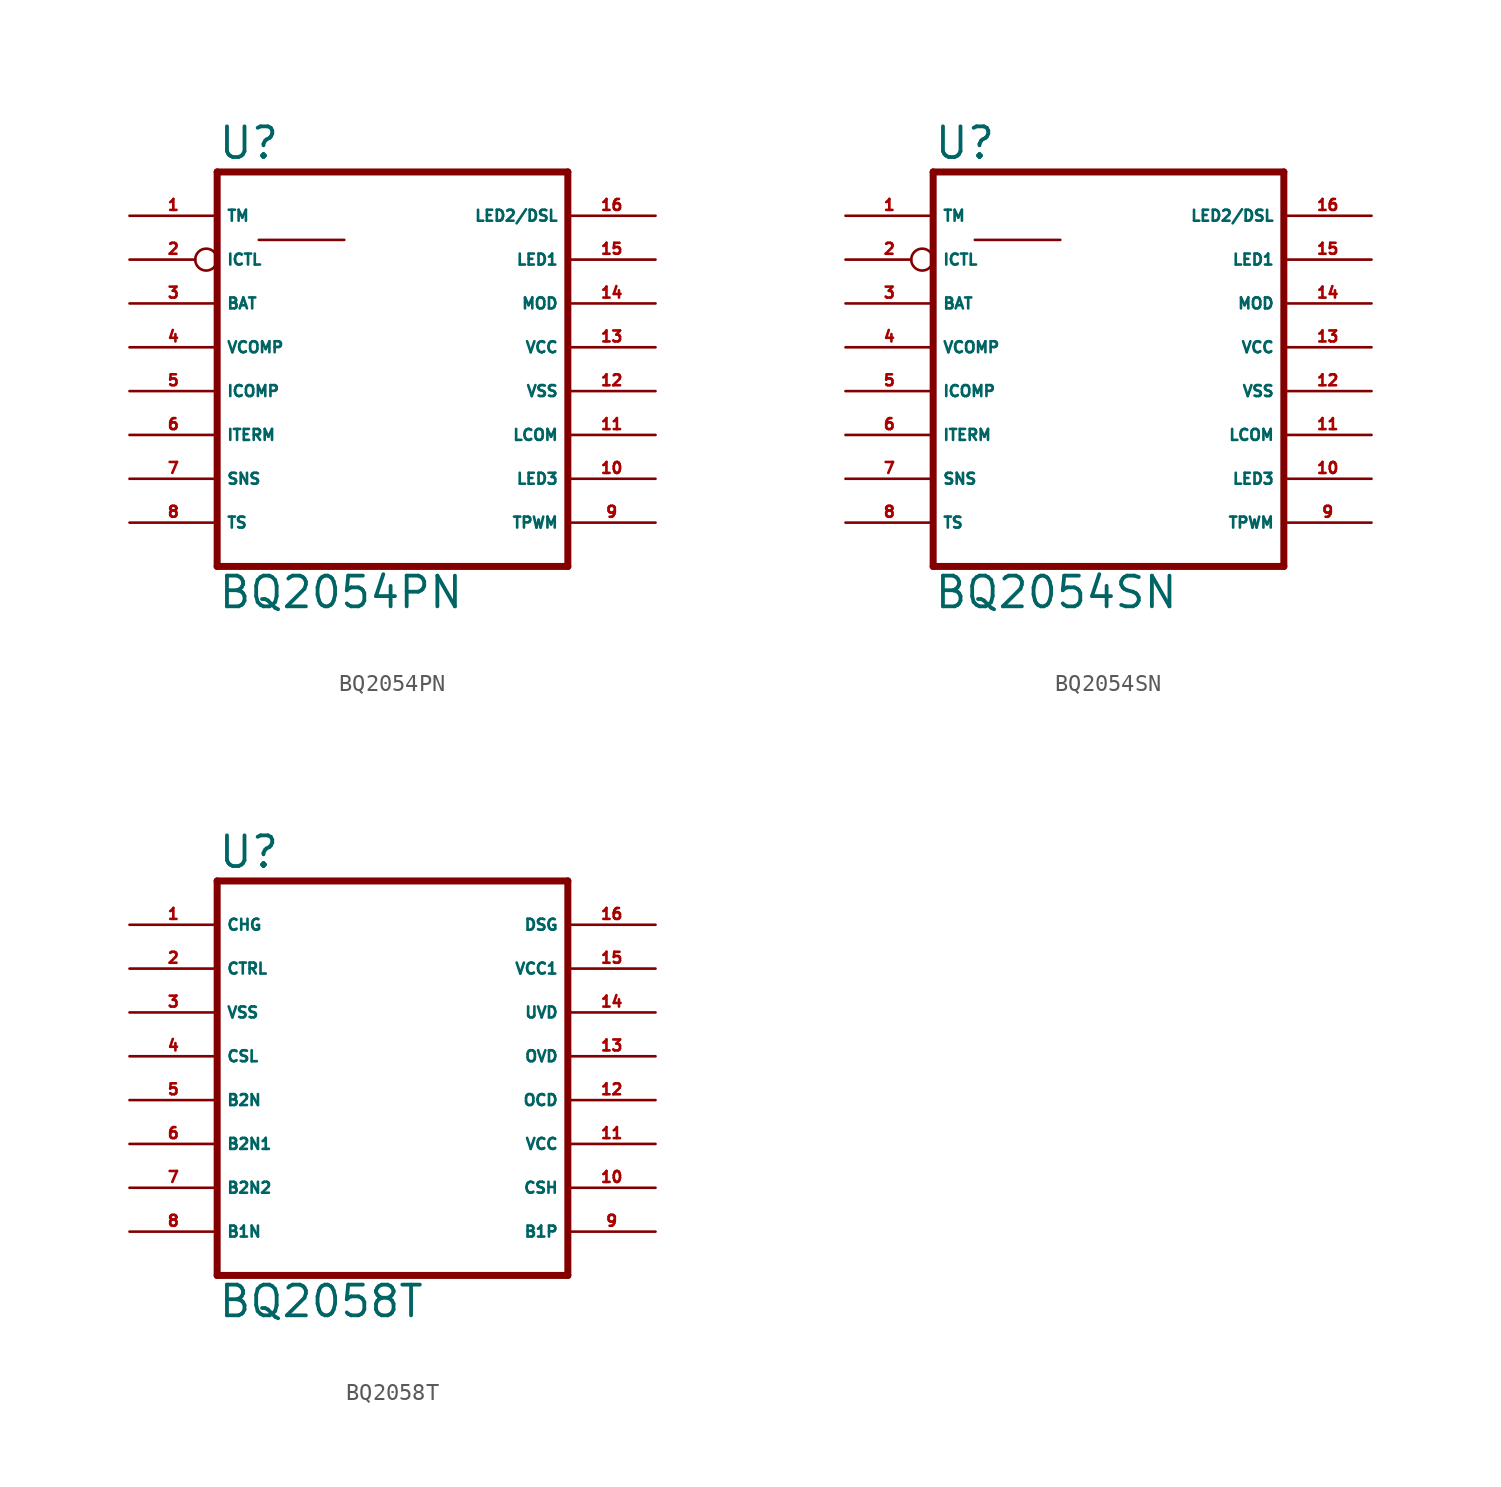
<source format=kicad_sym>
(kicad_symbol_lib
  (version 20220914)
  (generator Eagle2Kicad)
  (symbol "BQ2054PN"
    (property "Reference" "U"
      (at -10.16 10.795 0)
      (effects (font (size 1.778 1.778) (thickness 0.22)) (justify left bottom)))
    (property "Value" "BQ2054PN"
      (at -10.16 -15.24 0)
      (effects (font (size 1.778 1.778) (thickness 0.22)) (justify left bottom)))
    (polyline
      (pts (xy -10.16 -12.7) (xy -10.16 10.16))
      (stroke (width 0.406) (type default))
      (fill (type none)))
    (polyline
      (pts (xy 10.16 10.16) (xy -10.16 10.16))
      (stroke (width 0.406) (type default))
      (fill (type none)))
    (polyline
      (pts (xy 10.16 10.16) (xy 10.16 -12.7))
      (stroke (width 0.406) (type default))
      (fill (type none)))
    (polyline
      (pts (xy -10.16 -12.7) (xy 10.16 -12.7))
      (stroke (width 0.406) (type default))
      (fill (type none)))
    (polyline
      (pts (xy -7.747 6.223) (xy -2.794 6.223))
      (stroke (width 0.152) (type default))
      (fill (type none)))
    (pin input line
      (at -15.24 0 0)
      (length 5.08)
      (name "VCOMP" (effects (font (size 0.635 0.635) (thickness 0.08)) (justify left bottom)))
      (number "4" (effects (font (size 0.635 0.635) (thickness 0.08)) (justify left bottom))))
    (pin input line
      (at -15.24 -10.16 0)
      (length 5.08)
      (name "TS" (effects (font (size 0.635 0.635) (thickness 0.08)) (justify left bottom)))
      (number "8" (effects (font (size 0.635 0.635) (thickness 0.08)) (justify left bottom))))
    (pin input line
      (at 15.24 -10.16 180)
      (length 5.08)
      (name "TPWM" (effects (font (size 0.635 0.635) (thickness 0.08)) (justify left bottom)))
      (number "9" (effects (font (size 0.635 0.635) (thickness 0.08)) (justify left bottom))))
    (pin input line
      (at -15.24 7.62 0)
      (length 5.08)
      (name "TM" (effects (font (size 0.635 0.635) (thickness 0.08)) (justify left bottom)))
      (number "1" (effects (font (size 0.635 0.635) (thickness 0.08)) (justify left bottom))))
    (pin tri_state line
      (at 15.24 7.62 180)
      (length 5.08)
      (name "LED2/DSL" (effects (font (size 0.635 0.635) (thickness 0.08)) (justify left bottom)))
      (number "16" (effects (font (size 0.635 0.635) (thickness 0.08)) (justify left bottom))))
    (pin input line
      (at -15.24 -7.62 0)
      (length 5.08)
      (name "SNS" (effects (font (size 0.635 0.635) (thickness 0.08)) (justify left bottom)))
      (number "7" (effects (font (size 0.635 0.635) (thickness 0.08)) (justify left bottom))))
    (pin output inverted
      (at -15.24 5.08 0)
      (length 5.08)
      (name "ICTL" (effects (font (size 0.635 0.635) (thickness 0.08)) (justify left bottom)))
      (number "2" (effects (font (size 0.635 0.635) (thickness 0.08)) (justify left bottom))))
    (pin unspecified line
      (at 15.24 0 180)
      (length 5.08)
      (name "VCC" (effects (font (size 0.635 0.635) (thickness 0.08)) (justify left bottom)))
      (number "13" (effects (font (size 0.635 0.635) (thickness 0.08)) (justify left bottom))))
    (pin input line
      (at -15.24 2.54 0)
      (length 5.08)
      (name "BAT" (effects (font (size 0.635 0.635) (thickness 0.08)) (justify left bottom)))
      (number "3" (effects (font (size 0.635 0.635) (thickness 0.08)) (justify left bottom))))
    (pin input line
      (at -15.24 -2.54 0)
      (length 5.08)
      (name "ICOMP" (effects (font (size 0.635 0.635) (thickness 0.08)) (justify left bottom)))
      (number "5" (effects (font (size 0.635 0.635) (thickness 0.08)) (justify left bottom))))
    (pin input line
      (at -15.24 -5.08 0)
      (length 5.08)
      (name "ITERM" (effects (font (size 0.635 0.635) (thickness 0.08)) (justify left bottom)))
      (number "6" (effects (font (size 0.635 0.635) (thickness 0.08)) (justify left bottom))))
    (pin tri_state line
      (at 15.24 -7.62 180)
      (length 5.08)
      (name "LED3" (effects (font (size 0.635 0.635) (thickness 0.08)) (justify left bottom)))
      (number "10" (effects (font (size 0.635 0.635) (thickness 0.08)) (justify left bottom))))
    (pin output line
      (at 15.24 -5.08 180)
      (length 5.08)
      (name "LCOM" (effects (font (size 0.635 0.635) (thickness 0.08)) (justify left bottom)))
      (number "11" (effects (font (size 0.635 0.635) (thickness 0.08)) (justify left bottom))))
    (pin unspecified line
      (at 15.24 -2.54 180)
      (length 5.08)
      (name "VSS" (effects (font (size 0.635 0.635) (thickness 0.08)) (justify left bottom)))
      (number "12" (effects (font (size 0.635 0.635) (thickness 0.08)) (justify left bottom))))
    (pin output line
      (at 15.24 2.54 180)
      (length 5.08)
      (name "MOD" (effects (font (size 0.635 0.635) (thickness 0.08)) (justify left bottom)))
      (number "14" (effects (font (size 0.635 0.635) (thickness 0.08)) (justify left bottom))))
    (pin tri_state line
      (at 15.24 5.08 180)
      (length 5.08)
      (name "LED1" (effects (font (size 0.635 0.635) (thickness 0.08)) (justify left bottom)))
      (number "15" (effects (font (size 0.635 0.635) (thickness 0.08)) (justify left bottom)))))
  (symbol "BQ2054SN"
    (property "Reference" "U"
      (at -10.16 10.795 0)
      (effects (font (size 1.778 1.778) (thickness 0.22)) (justify left bottom)))
    (property "Value" "BQ2054SN"
      (at -10.16 -15.24 0)
      (effects (font (size 1.778 1.778) (thickness 0.22)) (justify left bottom)))
    (polyline
      (pts (xy -10.16 -12.7) (xy -10.16 10.16))
      (stroke (width 0.406) (type default))
      (fill (type none)))
    (polyline
      (pts (xy 10.16 10.16) (xy -10.16 10.16))
      (stroke (width 0.406) (type default))
      (fill (type none)))
    (polyline
      (pts (xy 10.16 10.16) (xy 10.16 -12.7))
      (stroke (width 0.406) (type default))
      (fill (type none)))
    (polyline
      (pts (xy -10.16 -12.7) (xy 10.16 -12.7))
      (stroke (width 0.406) (type default))
      (fill (type none)))
    (polyline
      (pts (xy -7.747 6.223) (xy -2.794 6.223))
      (stroke (width 0.152) (type default))
      (fill (type none)))
    (pin input line
      (at -15.24 0 0)
      (length 5.08)
      (name "VCOMP" (effects (font (size 0.635 0.635) (thickness 0.08)) (justify left bottom)))
      (number "4" (effects (font (size 0.635 0.635) (thickness 0.08)) (justify left bottom))))
    (pin input line
      (at -15.24 -10.16 0)
      (length 5.08)
      (name "TS" (effects (font (size 0.635 0.635) (thickness 0.08)) (justify left bottom)))
      (number "8" (effects (font (size 0.635 0.635) (thickness 0.08)) (justify left bottom))))
    (pin input line
      (at 15.24 -10.16 180)
      (length 5.08)
      (name "TPWM" (effects (font (size 0.635 0.635) (thickness 0.08)) (justify left bottom)))
      (number "9" (effects (font (size 0.635 0.635) (thickness 0.08)) (justify left bottom))))
    (pin input line
      (at -15.24 7.62 0)
      (length 5.08)
      (name "TM" (effects (font (size 0.635 0.635) (thickness 0.08)) (justify left bottom)))
      (number "1" (effects (font (size 0.635 0.635) (thickness 0.08)) (justify left bottom))))
    (pin tri_state line
      (at 15.24 7.62 180)
      (length 5.08)
      (name "LED2/DSL" (effects (font (size 0.635 0.635) (thickness 0.08)) (justify left bottom)))
      (number "16" (effects (font (size 0.635 0.635) (thickness 0.08)) (justify left bottom))))
    (pin input line
      (at -15.24 -7.62 0)
      (length 5.08)
      (name "SNS" (effects (font (size 0.635 0.635) (thickness 0.08)) (justify left bottom)))
      (number "7" (effects (font (size 0.635 0.635) (thickness 0.08)) (justify left bottom))))
    (pin output inverted
      (at -15.24 5.08 0)
      (length 5.08)
      (name "ICTL" (effects (font (size 0.635 0.635) (thickness 0.08)) (justify left bottom)))
      (number "2" (effects (font (size 0.635 0.635) (thickness 0.08)) (justify left bottom))))
    (pin unspecified line
      (at 15.24 0 180)
      (length 5.08)
      (name "VCC" (effects (font (size 0.635 0.635) (thickness 0.08)) (justify left bottom)))
      (number "13" (effects (font (size 0.635 0.635) (thickness 0.08)) (justify left bottom))))
    (pin input line
      (at -15.24 2.54 0)
      (length 5.08)
      (name "BAT" (effects (font (size 0.635 0.635) (thickness 0.08)) (justify left bottom)))
      (number "3" (effects (font (size 0.635 0.635) (thickness 0.08)) (justify left bottom))))
    (pin input line
      (at -15.24 -2.54 0)
      (length 5.08)
      (name "ICOMP" (effects (font (size 0.635 0.635) (thickness 0.08)) (justify left bottom)))
      (number "5" (effects (font (size 0.635 0.635) (thickness 0.08)) (justify left bottom))))
    (pin input line
      (at -15.24 -5.08 0)
      (length 5.08)
      (name "ITERM" (effects (font (size 0.635 0.635) (thickness 0.08)) (justify left bottom)))
      (number "6" (effects (font (size 0.635 0.635) (thickness 0.08)) (justify left bottom))))
    (pin tri_state line
      (at 15.24 -7.62 180)
      (length 5.08)
      (name "LED3" (effects (font (size 0.635 0.635) (thickness 0.08)) (justify left bottom)))
      (number "10" (effects (font (size 0.635 0.635) (thickness 0.08)) (justify left bottom))))
    (pin output line
      (at 15.24 -5.08 180)
      (length 5.08)
      (name "LCOM" (effects (font (size 0.635 0.635) (thickness 0.08)) (justify left bottom)))
      (number "11" (effects (font (size 0.635 0.635) (thickness 0.08)) (justify left bottom))))
    (pin unspecified line
      (at 15.24 -2.54 180)
      (length 5.08)
      (name "VSS" (effects (font (size 0.635 0.635) (thickness 0.08)) (justify left bottom)))
      (number "12" (effects (font (size 0.635 0.635) (thickness 0.08)) (justify left bottom))))
    (pin output line
      (at 15.24 2.54 180)
      (length 5.08)
      (name "MOD" (effects (font (size 0.635 0.635) (thickness 0.08)) (justify left bottom)))
      (number "14" (effects (font (size 0.635 0.635) (thickness 0.08)) (justify left bottom))))
    (pin tri_state line
      (at 15.24 5.08 180)
      (length 5.08)
      (name "LED1" (effects (font (size 0.635 0.635) (thickness 0.08)) (justify left bottom)))
      (number "15" (effects (font (size 0.635 0.635) (thickness 0.08)) (justify left bottom)))))
  (symbol "BQ2058T"
    (property "Reference" "U"
      (at -10.16 10.795 0)
      (effects (font (size 1.778 1.778) (thickness 0.22)) (justify left bottom)))
    (property "Value" "BQ2058T"
      (at -10.16 -15.24 0)
      (effects (font (size 1.778 1.778) (thickness 0.22)) (justify left bottom)))
    (polyline
      (pts (xy -10.16 -12.7) (xy -10.16 10.16))
      (stroke (width 0.406) (type default))
      (fill (type none)))
    (polyline
      (pts (xy 10.16 10.16) (xy -10.16 10.16))
      (stroke (width 0.406) (type default))
      (fill (type none)))
    (polyline
      (pts (xy 10.16 10.16) (xy 10.16 -12.7))
      (stroke (width 0.406) (type default))
      (fill (type none)))
    (polyline
      (pts (xy -10.16 -12.7) (xy 10.16 -12.7))
      (stroke (width 0.406) (type default))
      (fill (type none)))
    (pin input line
      (at -15.24 0 0)
      (length 5.08)
      (name "CSL" (effects (font (size 0.635 0.635) (thickness 0.08)) (justify left bottom)))
      (number "4" (effects (font (size 0.635 0.635) (thickness 0.08)) (justify left bottom))))
    (pin input line
      (at -15.24 -10.16 0)
      (length 5.08)
      (name "B1N" (effects (font (size 0.635 0.635) (thickness 0.08)) (justify left bottom)))
      (number "8" (effects (font (size 0.635 0.635) (thickness 0.08)) (justify left bottom))))
    (pin input line
      (at 15.24 -10.16 180)
      (length 5.08)
      (name "B1P" (effects (font (size 0.635 0.635) (thickness 0.08)) (justify left bottom)))
      (number "9" (effects (font (size 0.635 0.635) (thickness 0.08)) (justify left bottom))))
    (pin tri_state line
      (at -15.24 7.62 0)
      (length 5.08)
      (name "CHG" (effects (font (size 0.635 0.635) (thickness 0.08)) (justify left bottom)))
      (number "1" (effects (font (size 0.635 0.635) (thickness 0.08)) (justify left bottom))))
    (pin output line
      (at 15.24 7.62 180)
      (length 5.08)
      (name "DSG" (effects (font (size 0.635 0.635) (thickness 0.08)) (justify left bottom)))
      (number "16" (effects (font (size 0.635 0.635) (thickness 0.08)) (justify left bottom))))
    (pin input line
      (at -15.24 -7.62 0)
      (length 5.08)
      (name "B2N2" (effects (font (size 0.635 0.635) (thickness 0.08)) (justify left bottom)))
      (number "7" (effects (font (size 0.635 0.635) (thickness 0.08)) (justify left bottom))))
    (pin input line
      (at -15.24 5.08 0)
      (length 5.08)
      (name "CTRL" (effects (font (size 0.635 0.635) (thickness 0.08)) (justify left bottom)))
      (number "2" (effects (font (size 0.635 0.635) (thickness 0.08)) (justify left bottom))))
    (pin input line
      (at 15.24 0 180)
      (length 5.08)
      (name "OVD" (effects (font (size 0.635 0.635) (thickness 0.08)) (justify left bottom)))
      (number "13" (effects (font (size 0.635 0.635) (thickness 0.08)) (justify left bottom))))
    (pin unspecified line
      (at -15.24 2.54 0)
      (length 5.08)
      (name "VSS" (effects (font (size 0.635 0.635) (thickness 0.08)) (justify left bottom)))
      (number "3" (effects (font (size 0.635 0.635) (thickness 0.08)) (justify left bottom))))
    (pin input line
      (at -15.24 -2.54 0)
      (length 5.08)
      (name "B2N" (effects (font (size 0.635 0.635) (thickness 0.08)) (justify left bottom)))
      (number "5" (effects (font (size 0.635 0.635) (thickness 0.08)) (justify left bottom))))
    (pin input line
      (at -15.24 -5.08 0)
      (length 5.08)
      (name "B2N1" (effects (font (size 0.635 0.635) (thickness 0.08)) (justify left bottom)))
      (number "6" (effects (font (size 0.635 0.635) (thickness 0.08)) (justify left bottom))))
    (pin input line
      (at 15.24 -7.62 180)
      (length 5.08)
      (name "CSH" (effects (font (size 0.635 0.635) (thickness 0.08)) (justify left bottom)))
      (number "10" (effects (font (size 0.635 0.635) (thickness 0.08)) (justify left bottom))))
    (pin unspecified line
      (at 15.24 -5.08 180)
      (length 5.08)
      (name "VCC" (effects (font (size 0.635 0.635) (thickness 0.08)) (justify left bottom)))
      (number "11" (effects (font (size 0.635 0.635) (thickness 0.08)) (justify left bottom))))
    (pin input line
      (at 15.24 -2.54 180)
      (length 5.08)
      (name "OCD" (effects (font (size 0.635 0.635) (thickness 0.08)) (justify left bottom)))
      (number "12" (effects (font (size 0.635 0.635) (thickness 0.08)) (justify left bottom))))
    (pin input line
      (at 15.24 2.54 180)
      (length 5.08)
      (name "UVD" (effects (font (size 0.635 0.635) (thickness 0.08)) (justify left bottom)))
      (number "14" (effects (font (size 0.635 0.635) (thickness 0.08)) (justify left bottom))))
    (pin unspecified line
      (at 15.24 5.08 180)
      (length 5.08)
      (name "VCC1" (effects (font (size 0.635 0.635) (thickness 0.08)) (justify left bottom)))
      (number "15" (effects (font (size 0.635 0.635) (thickness 0.08)) (justify left bottom))))))
</source>
